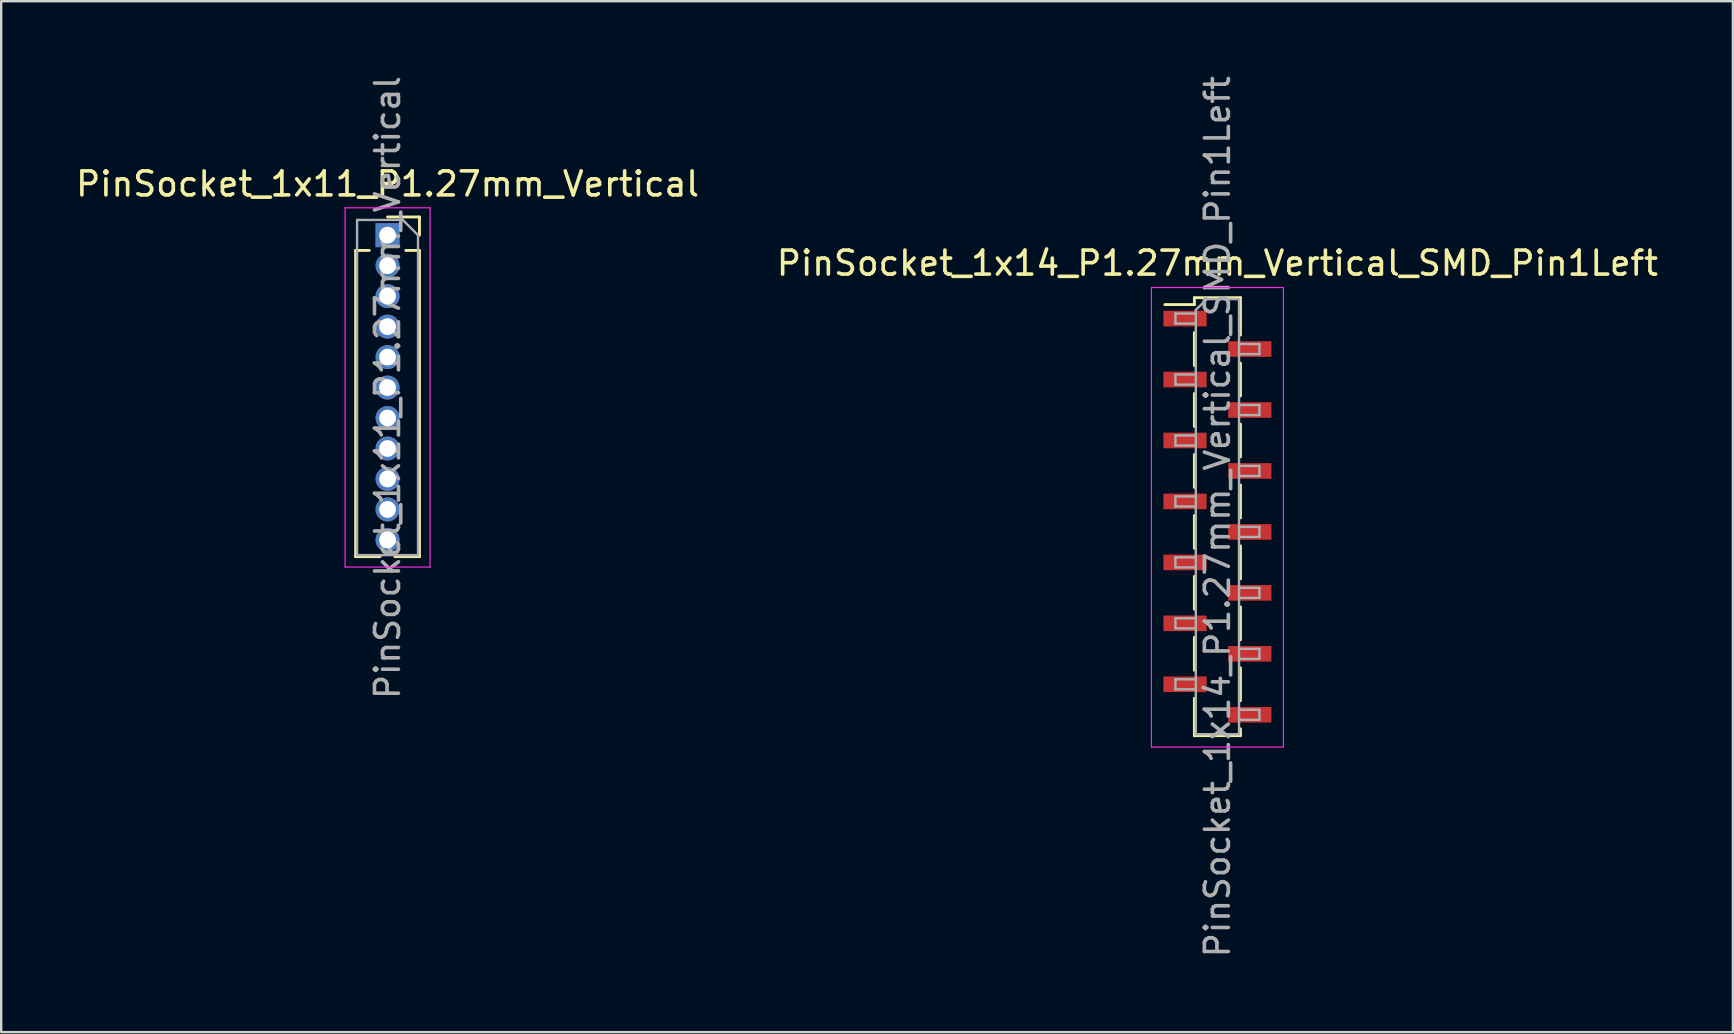
<source format=kicad_pcb>
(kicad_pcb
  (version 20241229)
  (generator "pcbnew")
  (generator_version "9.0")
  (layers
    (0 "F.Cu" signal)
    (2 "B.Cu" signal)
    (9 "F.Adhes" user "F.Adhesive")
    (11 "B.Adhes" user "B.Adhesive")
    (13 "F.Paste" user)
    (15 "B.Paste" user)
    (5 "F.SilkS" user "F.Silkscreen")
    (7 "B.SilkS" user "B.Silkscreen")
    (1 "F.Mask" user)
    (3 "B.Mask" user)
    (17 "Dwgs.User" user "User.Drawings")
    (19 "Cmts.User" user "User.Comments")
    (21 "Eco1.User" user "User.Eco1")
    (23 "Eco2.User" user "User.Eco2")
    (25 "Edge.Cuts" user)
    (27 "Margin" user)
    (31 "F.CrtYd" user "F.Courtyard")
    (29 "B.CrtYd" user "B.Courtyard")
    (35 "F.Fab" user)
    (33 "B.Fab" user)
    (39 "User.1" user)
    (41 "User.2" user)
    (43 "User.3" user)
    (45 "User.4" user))
  (footprint "PinSocket_1x11_P1.27mm_Vertical"
    (layer "F.Cu")
    (at 13.101 6.751)
    (property "Reference" "PinSocket_1x11_P1.27mm_Vertical" (at 0 -2.135 0) (layer "F.SilkS") (effects (font (size 1 1) (thickness 0.15))))
    (attr through_hole)
    (fp_line (start -1.33 0.635) (end -1.33 13.395) (stroke (width 0.12) (type solid)) (layer "F.SilkS"))
    (fp_line (start -1.33 0.635) (end -0.76 0.635) (stroke (width 0.12) (type solid)) (layer "F.SilkS"))
    (fp_line (start -1.33 13.395) (end -0.308 13.395) (stroke (width 0.12) (type solid)) (layer "F.SilkS"))
    (fp_line (start 0 -0.76) (end 1.33 -0.76) (stroke (width 0.12) (type solid)) (layer "F.SilkS"))
    (fp_line (start 0.308 13.395) (end 1.33 13.395) (stroke (width 0.12) (type solid)) (layer "F.SilkS"))
    (fp_line (start 0.76 0.635) (end 1.33 0.635) (stroke (width 0.12) (type solid)) (layer "F.SilkS"))
    (fp_line (start 1.33 -0.76) (end 1.33 0) (stroke (width 0.12) (type solid)) (layer "F.SilkS"))
    (fp_line (start 1.33 0.635) (end 1.33 13.395) (stroke (width 0.12) (type solid)) (layer "F.SilkS"))
    (fp_line (start -1.77 -1.14) (end 1.77 -1.14) (stroke (width 0.05) (type solid)) (layer "F.CrtYd"))
    (fp_line (start -1.77 13.83) (end -1.77 -1.14) (stroke (width 0.05) (type solid)) (layer "F.CrtYd"))
    (fp_line (start 1.77 -1.14) (end 1.77 13.83) (stroke (width 0.05) (type solid)) (layer "F.CrtYd"))
    (fp_line (start 1.77 13.83) (end -1.77 13.83) (stroke (width 0.05) (type solid)) (layer "F.CrtYd"))
    (fp_line (start -1.27 -0.635) (end 0.635 -0.635) (stroke (width 0.1) (type solid)) (layer "F.Fab"))
    (fp_line (start -1.27 13.335) (end -1.27 -0.635) (stroke (width 0.1) (type solid)) (layer "F.Fab"))
    (fp_line (start 0.635 -0.635) (end 1.27 0) (stroke (width 0.1) (type solid)) (layer "F.Fab"))
    (fp_line (start 1.27 0) (end 1.27 13.335) (stroke (width 0.1) (type solid)) (layer "F.Fab"))
    (fp_line (start 1.27 13.335) (end -1.27 13.335) (stroke (width 0.1) (type solid)) (layer "F.Fab"))
    (fp_text user "${REFERENCE}" (at 0 6.35 90) (layer "F.Fab") (effects (font (size 1 1) (thickness 0.15))))
    (pad "1" thru_hole rect (at 0 0) (size 1 1) (drill 0.7) (layers "*.Cu" "*.Mask"))
    (pad "2" thru_hole circle (at 0 1.27) (size 1 1) (drill 0.7) (layers "*.Cu" "*.Mask"))
    (pad "3" thru_hole circle (at 0 2.54) (size 1 1) (drill 0.7) (layers "*.Cu" "*.Mask"))
    (pad "4" thru_hole circle (at 0 3.81) (size 1 1) (drill 0.7) (layers "*.Cu" "*.Mask"))
    (pad "5" thru_hole circle (at 0 5.08) (size 1 1) (drill 0.7) (layers "*.Cu" "*.Mask"))
    (pad "6" thru_hole circle (at 0 6.35) (size 1 1) (drill 0.7) (layers "*.Cu" "*.Mask"))
    (pad "7" thru_hole circle (at 0 7.62) (size 1 1) (drill 0.7) (layers "*.Cu" "*.Mask"))
    (pad "8" thru_hole circle (at 0 8.89) (size 1 1) (drill 0.7) (layers "*.Cu" "*.Mask"))
    (pad "9" thru_hole circle (at 0 10.16) (size 1 1) (drill 0.7) (layers "*.Cu" "*.Mask"))
    (pad "10" thru_hole circle (at 0 11.43) (size 1 1) (drill 0.7) (layers "*.Cu" "*.Mask"))
    (pad "11" thru_hole circle (at 0 12.7) (size 1 1) (drill 0.7) (layers "*.Cu" "*.Mask")))
  (footprint "PinSocket_1x14_P1.27mm_Vertical_SMD_Pin1Left"
    (layer "F.Cu")
    (at 47.685 18.482)
    (property "Reference" "PinSocket_1x14_P1.27mm_Vertical_SMD_Pin1Left" (at 0 -10.565 0) (layer "F.SilkS") (effects (font (size 1 1) (thickness 0.15))))
    (attr smd)
    (fp_line (start -2.19 -8.84) (end -0.96 -8.84) (stroke (width 0.12) (type solid)) (layer "F.SilkS"))
    (fp_line (start -0.96 -9.125) (end -0.96 -8.84) (stroke (width 0.12) (type solid)) (layer "F.SilkS"))
    (fp_line (start -0.96 -9.125) (end 0.96 -9.125) (stroke (width 0.12) (type solid)) (layer "F.SilkS"))
    (fp_line (start -0.96 -7.67) (end -0.96 -6.3) (stroke (width 0.12) (type solid)) (layer "F.SilkS"))
    (fp_line (start -0.96 -5.13) (end -0.96 -3.76) (stroke (width 0.12) (type solid)) (layer "F.SilkS"))
    (fp_line (start -0.96 -2.59) (end -0.96 -1.22) (stroke (width 0.12) (type solid)) (layer "F.SilkS"))
    (fp_line (start -0.96 -0.05) (end -0.96 1.32) (stroke (width 0.12) (type solid)) (layer "F.SilkS"))
    (fp_line (start -0.96 2.49) (end -0.96 3.86) (stroke (width 0.12) (type solid)) (layer "F.SilkS"))
    (fp_line (start -0.96 5.03) (end -0.96 6.4) (stroke (width 0.12) (type solid)) (layer "F.SilkS"))
    (fp_line (start -0.96 7.57) (end -0.96 9.125) (stroke (width 0.12) (type solid)) (layer "F.SilkS"))
    (fp_line (start -0.96 9.125) (end 0.96 9.125) (stroke (width 0.12) (type solid)) (layer "F.SilkS"))
    (fp_line (start 0.96 -9.125) (end 0.96 -7.57) (stroke (width 0.12) (type solid)) (layer "F.SilkS"))
    (fp_line (start 0.96 -6.4) (end 0.96 -5.03) (stroke (width 0.12) (type solid)) (layer "F.SilkS"))
    (fp_line (start 0.96 -3.86) (end 0.96 -2.49) (stroke (width 0.12) (type solid)) (layer "F.SilkS"))
    (fp_line (start 0.96 -1.32) (end 0.96 0.05) (stroke (width 0.12) (type solid)) (layer "F.SilkS"))
    (fp_line (start 0.96 1.22) (end 0.96 2.59) (stroke (width 0.12) (type solid)) (layer "F.SilkS"))
    (fp_line (start 0.96 3.76) (end 0.96 5.13) (stroke (width 0.12) (type solid)) (layer "F.SilkS"))
    (fp_line (start 0.96 6.3) (end 0.96 7.67) (stroke (width 0.12) (type solid)) (layer "F.SilkS"))
    (fp_line (start 0.96 8.84) (end 0.96 9.125) (stroke (width 0.12) (type solid)) (layer "F.SilkS"))
    (fp_line (start -2.75 -9.55) (end 2.75 -9.55) (stroke (width 0.05) (type solid)) (layer "F.CrtYd"))
    (fp_line (start -2.75 9.6) (end -2.75 -9.55) (stroke (width 0.05) (type solid)) (layer "F.CrtYd"))
    (fp_line (start 2.75 -9.55) (end 2.75 9.6) (stroke (width 0.05) (type solid)) (layer "F.CrtYd"))
    (fp_line (start 2.75 9.6) (end -2.75 9.6) (stroke (width 0.05) (type solid)) (layer "F.CrtYd"))
    (fp_line (start -1.75 -8.465) (end -0.9 -8.465) (stroke (width 0.1) (type solid)) (layer "F.Fab"))
    (fp_line (start -1.75 -8.045) (end -1.75 -8.465) (stroke (width 0.1) (type solid)) (layer "F.Fab"))
    (fp_line (start -1.75 -5.925) (end -0.9 -5.925) (stroke (width 0.1) (type solid)) (layer "F.Fab"))
    (fp_line (start -1.75 -5.505) (end -1.75 -5.925) (stroke (width 0.1) (type solid)) (layer "F.Fab"))
    (fp_line (start -1.75 -3.385) (end -0.9 -3.385) (stroke (width 0.1) (type solid)) (layer "F.Fab"))
    (fp_line (start -1.75 -2.965) (end -1.75 -3.385) (stroke (width 0.1) (type solid)) (layer "F.Fab"))
    (fp_line (start -1.75 -0.845) (end -0.9 -0.845) (stroke (width 0.1) (type solid)) (layer "F.Fab"))
    (fp_line (start -1.75 -0.425) (end -1.75 -0.845) (stroke (width 0.1) (type solid)) (layer "F.Fab"))
    (fp_line (start -1.75 1.695) (end -0.9 1.695) (stroke (width 0.1) (type solid)) (layer "F.Fab"))
    (fp_line (start -1.75 2.115) (end -1.75 1.695) (stroke (width 0.1) (type solid)) (layer "F.Fab"))
    (fp_line (start -1.75 4.235) (end -0.9 4.235) (stroke (width 0.1) (type solid)) (layer "F.Fab"))
    (fp_line (start -1.75 4.655) (end -1.75 4.235) (stroke (width 0.1) (type solid)) (layer "F.Fab"))
    (fp_line (start -1.75 6.775) (end -0.9 6.775) (stroke (width 0.1) (type solid)) (layer "F.Fab"))
    (fp_line (start -1.75 7.195) (end -1.75 6.775) (stroke (width 0.1) (type solid)) (layer "F.Fab"))
    (fp_line (start -0.9 -8.615) (end -0.45 -9.065) (stroke (width 0.1) (type solid)) (layer "F.Fab"))
    (fp_line (start -0.9 -8.045) (end -1.75 -8.045) (stroke (width 0.1) (type solid)) (layer "F.Fab"))
    (fp_line (start -0.9 -5.505) (end -1.75 -5.505) (stroke (width 0.1) (type solid)) (layer "F.Fab"))
    (fp_line (start -0.9 -2.965) (end -1.75 -2.965) (stroke (width 0.1) (type solid)) (layer "F.Fab"))
    (fp_line (start -0.9 -0.425) (end -1.75 -0.425) (stroke (width 0.1) (type solid)) (layer "F.Fab"))
    (fp_line (start -0.9 2.115) (end -1.75 2.115) (stroke (width 0.1) (type solid)) (layer "F.Fab"))
    (fp_line (start -0.9 4.655) (end -1.75 4.655) (stroke (width 0.1) (type solid)) (layer "F.Fab"))
    (fp_line (start -0.9 7.195) (end -1.75 7.195) (stroke (width 0.1) (type solid)) (layer "F.Fab"))
    (fp_line (start -0.9 9.065) (end -0.9 -8.615) (stroke (width 0.1) (type solid)) (layer "F.Fab"))
    (fp_line (start -0.45 -9.065) (end 0.9 -9.065) (stroke (width 0.1) (type solid)) (layer "F.Fab"))
    (fp_line (start 0.9 -9.065) (end 0.9 9.065) (stroke (width 0.1) (type solid)) (layer "F.Fab"))
    (fp_line (start 0.9 -7.195) (end 1.75 -7.195) (stroke (width 0.1) (type solid)) (layer "F.Fab"))
    (fp_line (start 0.9 -4.655) (end 1.75 -4.655) (stroke (width 0.1) (type solid)) (layer "F.Fab"))
    (fp_line (start 0.9 -2.115) (end 1.75 -2.115) (stroke (width 0.1) (type solid)) (layer "F.Fab"))
    (fp_line (start 0.9 0.425) (end 1.75 0.425) (stroke (width 0.1) (type solid)) (layer "F.Fab"))
    (fp_line (start 0.9 2.965) (end 1.75 2.965) (stroke (width 0.1) (type solid)) (layer "F.Fab"))
    (fp_line (start 0.9 5.505) (end 1.75 5.505) (stroke (width 0.1) (type solid)) (layer "F.Fab"))
    (fp_line (start 0.9 8.045) (end 1.75 8.045) (stroke (width 0.1) (type solid)) (layer "F.Fab"))
    (fp_line (start 0.9 9.065) (end -0.9 9.065) (stroke (width 0.1) (type solid)) (layer "F.Fab"))
    (fp_line (start 1.75 -7.195) (end 1.75 -6.775) (stroke (width 0.1) (type solid)) (layer "F.Fab"))
    (fp_line (start 1.75 -6.775) (end 0.9 -6.775) (stroke (width 0.1) (type solid)) (layer "F.Fab"))
    (fp_line (start 1.75 -4.655) (end 1.75 -4.235) (stroke (width 0.1) (type solid)) (layer "F.Fab"))
    (fp_line (start 1.75 -4.235) (end 0.9 -4.235) (stroke (width 0.1) (type solid)) (layer "F.Fab"))
    (fp_line (start 1.75 -2.115) (end 1.75 -1.695) (stroke (width 0.1) (type solid)) (layer "F.Fab"))
    (fp_line (start 1.75 -1.695) (end 0.9 -1.695) (stroke (width 0.1) (type solid)) (layer "F.Fab"))
    (fp_line (start 1.75 0.425) (end 1.75 0.845) (stroke (width 0.1) (type solid)) (layer "F.Fab"))
    (fp_line (start 1.75 0.845) (end 0.9 0.845) (stroke (width 0.1) (type solid)) (layer "F.Fab"))
    (fp_line (start 1.75 2.965) (end 1.75 3.385) (stroke (width 0.1) (type solid)) (layer "F.Fab"))
    (fp_line (start 1.75 3.385) (end 0.9 3.385) (stroke (width 0.1) (type solid)) (layer "F.Fab"))
    (fp_line (start 1.75 5.505) (end 1.75 5.925) (stroke (width 0.1) (type solid)) (layer "F.Fab"))
    (fp_line (start 1.75 5.925) (end 0.9 5.925) (stroke (width 0.1) (type solid)) (layer "F.Fab"))
    (fp_line (start 1.75 8.045) (end 1.75 8.465) (stroke (width 0.1) (type solid)) (layer "F.Fab"))
    (fp_line (start 1.75 8.465) (end 0.9 8.465) (stroke (width 0.1) (type solid)) (layer "F.Fab"))
    (fp_text user "${REFERENCE}" (at 0 0 90) (layer "F.Fab") (effects (font (size 1 1) (thickness 0.15))))
    (pad "1" smd rect (at -1.35 -8.255) (size 1.8 0.65) (layers "F.Cu" "F.Mask" "F.Paste"))
    (pad "2" smd rect (at 1.35 -6.985) (size 1.8 0.65) (layers "F.Cu" "F.Mask" "F.Paste"))
    (pad "3" smd rect (at -1.35 -5.715) (size 1.8 0.65) (layers "F.Cu" "F.Mask" "F.Paste"))
    (pad "4" smd rect (at 1.35 -4.445) (size 1.8 0.65) (layers "F.Cu" "F.Mask" "F.Paste"))
    (pad "5" smd rect (at -1.35 -3.175) (size 1.8 0.65) (layers "F.Cu" "F.Mask" "F.Paste"))
    (pad "6" smd rect (at 1.35 -1.905) (size 1.8 0.65) (layers "F.Cu" "F.Mask" "F.Paste"))
    (pad "7" smd rect (at -1.35 -0.635) (size 1.8 0.65) (layers "F.Cu" "F.Mask" "F.Paste"))
    (pad "8" smd rect (at 1.35 0.635) (size 1.8 0.65) (layers "F.Cu" "F.Mask" "F.Paste"))
    (pad "9" smd rect (at -1.35 1.905) (size 1.8 0.65) (layers "F.Cu" "F.Mask" "F.Paste"))
    (pad "10" smd rect (at 1.35 3.175) (size 1.8 0.65) (layers "F.Cu" "F.Mask" "F.Paste"))
    (pad "11" smd rect (at -1.35 4.445) (size 1.8 0.65) (layers "F.Cu" "F.Mask" "F.Paste"))
    (pad "12" smd rect (at 1.35 5.715) (size 1.8 0.65) (layers "F.Cu" "F.Mask" "F.Paste"))
    (pad "13" smd rect (at -1.35 6.985) (size 1.8 0.65) (layers "F.Cu" "F.Mask" "F.Paste"))
    (pad "14" smd rect (at 1.35 8.255) (size 1.8 0.65) (layers "F.Cu" "F.Mask" "F.Paste")))
  (gr_rect
    (start -3 -3)
    (end 69.167 39.964)
    (stroke (width 0.1) (type default))
    (fill no)
    (layer "Edge.Cuts")))
</source>
